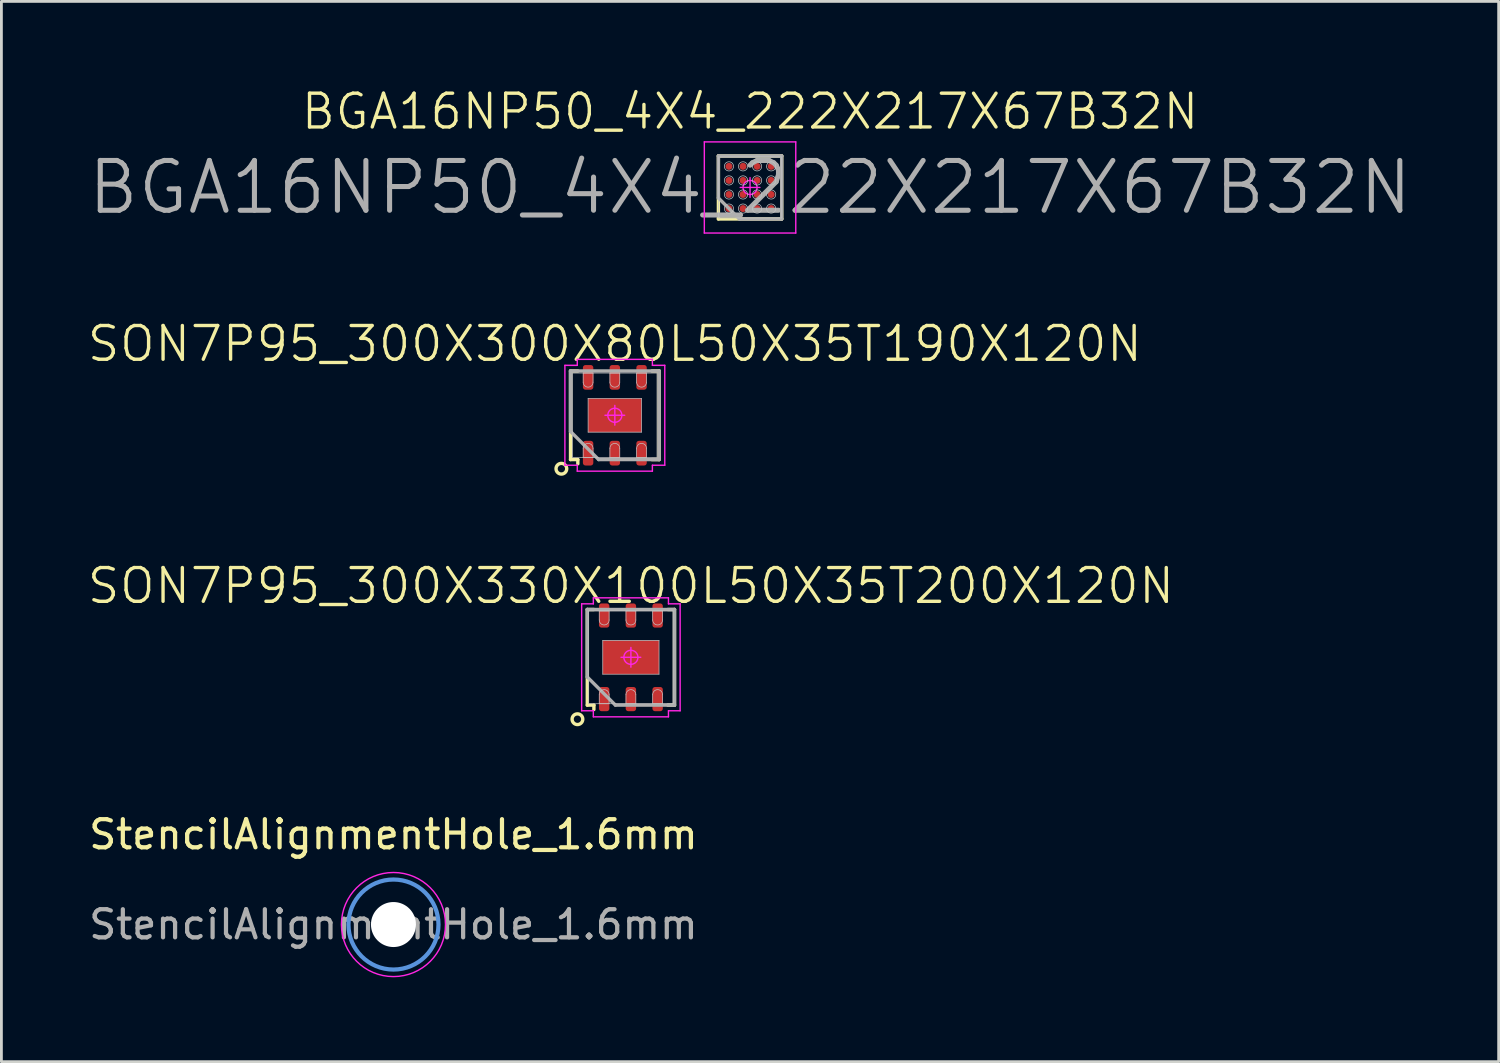
<source format=kicad_pcb>
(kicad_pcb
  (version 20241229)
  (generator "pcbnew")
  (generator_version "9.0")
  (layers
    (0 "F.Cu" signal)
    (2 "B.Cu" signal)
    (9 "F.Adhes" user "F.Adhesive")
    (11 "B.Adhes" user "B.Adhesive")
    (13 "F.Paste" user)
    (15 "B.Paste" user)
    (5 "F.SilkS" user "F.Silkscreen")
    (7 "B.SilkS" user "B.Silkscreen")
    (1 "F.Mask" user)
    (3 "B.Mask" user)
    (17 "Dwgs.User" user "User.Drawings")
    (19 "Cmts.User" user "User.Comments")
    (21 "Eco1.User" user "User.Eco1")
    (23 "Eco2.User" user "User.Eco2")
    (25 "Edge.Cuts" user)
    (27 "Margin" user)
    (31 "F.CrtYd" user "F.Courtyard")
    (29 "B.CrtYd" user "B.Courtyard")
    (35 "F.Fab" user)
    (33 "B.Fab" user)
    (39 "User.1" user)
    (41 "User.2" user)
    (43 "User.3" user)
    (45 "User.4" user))
  (footprint "BGA16NP50_4X4_222X217X67B32N"
    (layer "F.Cu")
    (at 23.609 3.613)
    (property "Reference" "BGA16NP50_4X4_222X217X67B32N" (at 0 -2.7 0) (layer "F.SilkS") (effects (font (size 1.2 1.2) (thickness 0.12))))
    (attr smd)
    (fp_line (start -1.125 -1.12) (end 1.125 -1.12) (stroke (width 0.12) (type solid)) (layer "F.SilkS"))
    (fp_line (start -1.125 1.12) (end -1.125 -1.12) (stroke (width 0.12) (type solid)) (layer "F.SilkS"))
    (fp_line (start 1.125 -1.12) (end 1.125 1.12) (stroke (width 0.12) (type solid)) (layer "F.SilkS"))
    (fp_line (start 1.125 1.12) (end -1.125 1.12) (stroke (width 0.12) (type solid)) (layer "F.SilkS"))
    (fp_line (start -1.113 -1.085) (end 1.113 -1.085) (stroke (width 0.025) (type solid)) (layer "Dwgs.User"))
    (fp_line (start -1.113 1.085) (end -1.113 -1.085) (stroke (width 0.025) (type solid)) (layer "Dwgs.User"))
    (fp_line (start 1.113 -1.085) (end 1.113 1.085) (stroke (width 0.025) (type solid)) (layer "Dwgs.User"))
    (fp_line (start 1.113 1.085) (end -1.113 1.085) (stroke (width 0.025) (type solid)) (layer "Dwgs.User"))
    (fp_circle (center -0.75 -0.75) (end -0.75 -0.587) (stroke (width 0.025) (type solid)) (fill no) (layer "Dwgs.User"))
    (fp_circle (center -0.75 -0.25) (end -0.75 -0.086) (stroke (width 0.025) (type solid)) (fill no) (layer "Dwgs.User"))
    (fp_circle (center -0.75 0.25) (end -0.75 0.413) (stroke (width 0.025) (type solid)) (fill no) (layer "Dwgs.User"))
    (fp_circle (center -0.75 0.75) (end -0.75 0.913) (stroke (width 0.025) (type solid)) (fill no) (layer "Dwgs.User"))
    (fp_circle (center -0.25 -0.75) (end -0.25 -0.587) (stroke (width 0.025) (type solid)) (fill no) (layer "Dwgs.User"))
    (fp_circle (center -0.25 -0.25) (end -0.25 -0.086) (stroke (width 0.025) (type solid)) (fill no) (layer "Dwgs.User"))
    (fp_circle (center -0.25 0.25) (end -0.25 0.413) (stroke (width 0.025) (type solid)) (fill no) (layer "Dwgs.User"))
    (fp_circle (center -0.25 0.75) (end -0.25 0.913) (stroke (width 0.025) (type solid)) (fill no) (layer "Dwgs.User"))
    (fp_circle (center 0.25 -0.75) (end 0.25 -0.587) (stroke (width 0.025) (type solid)) (fill no) (layer "Dwgs.User"))
    (fp_circle (center 0.25 -0.25) (end 0.25 -0.086) (stroke (width 0.025) (type solid)) (fill no) (layer "Dwgs.User"))
    (fp_circle (center 0.25 0.25) (end 0.25 0.413) (stroke (width 0.025) (type solid)) (fill no) (layer "Dwgs.User"))
    (fp_circle (center 0.25 0.75) (end 0.25 0.913) (stroke (width 0.025) (type solid)) (fill no) (layer "Dwgs.User"))
    (fp_circle (center 0.75 -0.75) (end 0.75 -0.587) (stroke (width 0.025) (type solid)) (fill no) (layer "Dwgs.User"))
    (fp_circle (center 0.75 -0.25) (end 0.75 -0.086) (stroke (width 0.025) (type solid)) (fill no) (layer "Dwgs.User"))
    (fp_circle (center 0.75 0.25) (end 0.75 0.413) (stroke (width 0.025) (type solid)) (fill no) (layer "Dwgs.User"))
    (fp_circle (center 0.75 0.75) (end 0.75 0.913) (stroke (width 0.025) (type solid)) (fill no) (layer "Dwgs.User"))
    (fp_line (start -1.625 -1.62) (end -1.625 1.62) (stroke (width 0.05) (type solid)) (layer "F.CrtYd"))
    (fp_line (start -1.625 1.62) (end 1.625 1.62) (stroke (width 0.05) (type solid)) (layer "F.CrtYd"))
    (fp_line (start -0.35 0) (end 0.35 0) (stroke (width 0.05) (type solid)) (layer "F.CrtYd"))
    (fp_line (start 0 -0.35) (end 0 0.35) (stroke (width 0.05) (type solid)) (layer "F.CrtYd"))
    (fp_line (start 1.625 -1.62) (end -1.625 -1.62) (stroke (width 0.05) (type solid)) (layer "F.CrtYd"))
    (fp_line (start 1.625 1.62) (end 1.625 -1.62) (stroke (width 0.05) (type solid)) (layer "F.CrtYd"))
    (fp_circle (center 0 0) (end 0 0.25) (stroke (width 0.05) (type solid)) (fill no) (layer "F.CrtYd"))
    (fp_line (start -1.125 -1.12) (end 1.125 -1.12) (stroke (width 0.12) (type solid)) (layer "F.Fab"))
    (fp_line (start -1.125 0.373) (end -1.125 -1.12) (stroke (width 0.12) (type solid)) (layer "F.Fab"))
    (fp_line (start -0.378 1.12) (end -1.125 0.373) (stroke (width 0.12) (type solid)) (layer "F.Fab"))
    (fp_line (start 1.125 -1.12) (end 1.125 1.12) (stroke (width 0.12) (type solid)) (layer "F.Fab"))
    (fp_line (start 1.125 1.12) (end -0.378 1.12) (stroke (width 0.12) (type solid)) (layer "F.Fab"))
    (fp_text user "${REFERENCE}" (at 0 0 0) (layer "F.Fab") (effects (font (size 1.77 1.77) (thickness 0.18))))
    (pad "A1" smd circle (at -0.75 0.75) (size 0.25 0.25) (layers "F.Cu" "F.Mask" "F.Paste"))
    (pad "A2" smd circle (at -0.75 0.25) (size 0.25 0.25) (layers "F.Cu" "F.Mask" "F.Paste"))
    (pad "A3" smd circle (at -0.75 -0.25) (size 0.25 0.25) (layers "F.Cu" "F.Mask" "F.Paste"))
    (pad "A4" smd circle (at -0.75 -0.75) (size 0.25 0.25) (layers "F.Cu" "F.Mask" "F.Paste"))
    (pad "B1" smd circle (at -0.25 0.75) (size 0.25 0.25) (layers "F.Cu" "F.Mask" "F.Paste"))
    (pad "B2" smd circle (at -0.25 0.25) (size 0.25 0.25) (layers "F.Cu" "F.Mask" "F.Paste"))
    (pad "B3" smd circle (at -0.25 -0.25) (size 0.25 0.25) (layers "F.Cu" "F.Mask" "F.Paste"))
    (pad "B4" smd circle (at -0.25 -0.75) (size 0.25 0.25) (layers "F.Cu" "F.Mask" "F.Paste"))
    (pad "C1" smd circle (at 0.25 0.75) (size 0.25 0.25) (layers "F.Cu" "F.Mask" "F.Paste"))
    (pad "C2" smd circle (at 0.25 0.25) (size 0.25 0.25) (layers "F.Cu" "F.Mask" "F.Paste"))
    (pad "C3" smd circle (at 0.25 -0.25) (size 0.25 0.25) (layers "F.Cu" "F.Mask" "F.Paste"))
    (pad "C4" smd circle (at 0.25 -0.75) (size 0.25 0.25) (layers "F.Cu" "F.Mask" "F.Paste"))
    (pad "D1" smd circle (at 0.75 0.75) (size 0.25 0.25) (layers "F.Cu" "F.Mask" "F.Paste"))
    (pad "D2" smd circle (at 0.75 0.25) (size 0.25 0.25) (layers "F.Cu" "F.Mask" "F.Paste"))
    (pad "D3" smd circle (at 0.75 -0.25) (size 0.25 0.25) (layers "F.Cu" "F.Mask" "F.Paste"))
    (pad "D4" smd circle (at 0.75 -0.75) (size 0.25 0.25) (layers "F.Cu" "F.Mask" "F.Paste")))
  (footprint "StencilAlignmentHole_1.6mm"
    (layer "F.Cu")
    (at 10.935 29.811)
    (property "Reference" "StencilAlignmentHole_1.6mm" (at 0 -3.2 0) (layer "F.SilkS") (effects (font (size 1 1) (thickness 0.15))))
    (attr exclude_from_pos_files exclude_from_bom)
    (fp_circle (center 0 0) (end 1.6 0) (stroke (width 0.15) (type solid)) (fill no) (layer "Cmts.User"))
    (fp_circle (center 0 0) (end 1.85 0) (stroke (width 0.05) (type solid)) (fill no) (layer "F.CrtYd"))
    (fp_text user "${REFERENCE}" (at 0 0 0) (layer "F.Fab") (effects (font (size 1 1) (thickness 0.15))))
    (pad "" np_thru_hole circle (at 0 0) (size 1.6 1.6) (drill 1.6) (layers "*.Cu" "*.Paste" "*.Mask")))
  (footprint "SON7P95_300X300X80L50X35T190X120N"
    (layer "F.Cu")
    (at 18.803 11.71)
    (property "Reference" "SON7P95_300X300X80L50X35T190X120N" (at 0 -2.54 0) (layer "F.SilkS") (effects (font (size 1.2 1.2) (thickness 0.12))))
    (attr smd)
    (fp_line (start -1.575 -1.575) (end -1.315 -1.575) (stroke (width 0.12) (type solid)) (layer "F.SilkS"))
    (fp_line (start -1.575 1.575) (end -1.575 -1.575) (stroke (width 0.12) (type solid)) (layer "F.SilkS"))
    (fp_line (start -1.315 1.575) (end -1.575 1.575) (stroke (width 0.12) (type solid)) (layer "F.SilkS"))
    (fp_line (start -1.315 1.575) (end -1.315 1.725) (stroke (width 0.12) (type solid)) (layer "F.SilkS"))
    (fp_line (start 1.315 1.575) (end 1.575 1.575) (stroke (width 0.12) (type solid)) (layer "F.SilkS"))
    (fp_line (start 1.575 -1.575) (end 1.315 -1.575) (stroke (width 0.12) (type solid)) (layer "F.SilkS"))
    (fp_line (start 1.575 1.575) (end 1.575 -1.575) (stroke (width 0.12) (type solid)) (layer "F.SilkS"))
    (fp_circle (center -1.9 1.9) (end -1.9 2.09) (stroke (width 0.12) (type solid)) (fill no) (layer "F.SilkS"))
    (fp_line (start -1.5 -1.5) (end 1.5 -1.5) (stroke (width 0.025) (type solid)) (layer "Dwgs.User"))
    (fp_line (start -1.5 1.5) (end -1.5 -1.5) (stroke (width 0.025) (type solid)) (layer "Dwgs.User"))
    (fp_line (start -1.125 -1.5) (end -1.125 -1.175) (stroke (width 0.025) (type solid)) (layer "Dwgs.User"))
    (fp_line (start -1.125 1.175) (end -1.125 1.5) (stroke (width 0.025) (type solid)) (layer "Dwgs.User"))
    (fp_line (start -1.125 1.5) (end -0.775 1.5) (stroke (width 0.025) (type solid)) (layer "Dwgs.User"))
    (fp_line (start -0.95 -0.6) (end 0.95 -0.6) (stroke (width 0.025) (type solid)) (layer "Dwgs.User"))
    (fp_line (start -0.95 0.6) (end -0.95 -0.6) (stroke (width 0.025) (type solid)) (layer "Dwgs.User"))
    (fp_line (start -0.775 -1.5) (end -1.125 -1.5) (stroke (width 0.025) (type solid)) (layer "Dwgs.User"))
    (fp_line (start -0.775 -1.175) (end -0.775 -1.5) (stroke (width 0.025) (type solid)) (layer "Dwgs.User"))
    (fp_line (start -0.775 1.5) (end -0.775 1.175) (stroke (width 0.025) (type solid)) (layer "Dwgs.User"))
    (fp_line (start -0.175 -1.5) (end -0.175 -1.175) (stroke (width 0.025) (type solid)) (layer "Dwgs.User"))
    (fp_line (start -0.175 1.175) (end -0.175 1.5) (stroke (width 0.025) (type solid)) (layer "Dwgs.User"))
    (fp_line (start -0.175 1.5) (end 0.175 1.5) (stroke (width 0.025) (type solid)) (layer "Dwgs.User"))
    (fp_line (start 0.175 -1.5) (end -0.175 -1.5) (stroke (width 0.025) (type solid)) (layer "Dwgs.User"))
    (fp_line (start 0.175 -1.175) (end 0.175 -1.5) (stroke (width 0.025) (type solid)) (layer "Dwgs.User"))
    (fp_line (start 0.175 1.5) (end 0.175 1.175) (stroke (width 0.025) (type solid)) (layer "Dwgs.User"))
    (fp_line (start 0.775 -1.5) (end 0.775 -1.175) (stroke (width 0.025) (type solid)) (layer "Dwgs.User"))
    (fp_line (start 0.775 1.175) (end 0.775 1.5) (stroke (width 0.025) (type solid)) (layer "Dwgs.User"))
    (fp_line (start 0.775 1.5) (end 1.125 1.5) (stroke (width 0.025) (type solid)) (layer "Dwgs.User"))
    (fp_line (start 0.95 -0.6) (end 0.95 0.6) (stroke (width 0.025) (type solid)) (layer "Dwgs.User"))
    (fp_line (start 0.95 0.6) (end -0.95 0.6) (stroke (width 0.025) (type solid)) (layer "Dwgs.User"))
    (fp_line (start 1.125 -1.5) (end 0.775 -1.5) (stroke (width 0.025) (type solid)) (layer "Dwgs.User"))
    (fp_line (start 1.125 -1.175) (end 1.125 -1.5) (stroke (width 0.025) (type solid)) (layer "Dwgs.User"))
    (fp_line (start 1.125 1.5) (end 1.125 1.175) (stroke (width 0.025) (type solid)) (layer "Dwgs.User"))
    (fp_line (start 1.5 -1.5) (end 1.5 1.5) (stroke (width 0.025) (type solid)) (layer "Dwgs.User"))
    (fp_line (start 1.5 1.5) (end -1.5 1.5) (stroke (width 0.025) (type solid)) (layer "Dwgs.User"))
    (fp_arc (start -1.125 1.175) (mid -0.95 1) (end -0.775 1.175) (stroke (width 0.025) (type solid)) (layer "Dwgs.User"))
    (fp_arc (start -0.775 -1.175) (mid -0.95 -1) (end -1.125 -1.175) (stroke (width 0.025) (type solid)) (layer "Dwgs.User"))
    (fp_arc (start -0.175 1.175) (mid 0 1) (end 0.175 1.175) (stroke (width 0.025) (type solid)) (layer "Dwgs.User"))
    (fp_arc (start 0.175 -1.175) (mid 0 -1) (end -0.175 -1.175) (stroke (width 0.025) (type solid)) (layer "Dwgs.User"))
    (fp_arc (start 0.775 1.175) (mid 0.95 1) (end 1.125 1.175) (stroke (width 0.025) (type solid)) (layer "Dwgs.User"))
    (fp_arc (start 1.125 -1.175) (mid 0.95 -1) (end 0.775 -1.175) (stroke (width 0.025) (type solid)) (layer "Dwgs.User"))
    (fp_line (start -1.775 -1.775) (end -1.775 1.775) (stroke (width 0.05) (type solid)) (layer "F.CrtYd"))
    (fp_line (start -1.775 1.775) (end -1.335 1.775) (stroke (width 0.05) (type solid)) (layer "F.CrtYd"))
    (fp_line (start -1.335 -1.986) (end -1.335 -1.775) (stroke (width 0.05) (type solid)) (layer "F.CrtYd"))
    (fp_line (start -1.335 -1.775) (end -1.775 -1.775) (stroke (width 0.05) (type solid)) (layer "F.CrtYd"))
    (fp_line (start -1.335 1.775) (end -1.335 1.986) (stroke (width 0.05) (type solid)) (layer "F.CrtYd"))
    (fp_line (start -1.335 1.986) (end 1.335 1.986) (stroke (width 0.05) (type solid)) (layer "F.CrtYd"))
    (fp_line (start -0.35 0) (end 0.35 0) (stroke (width 0.05) (type solid)) (layer "F.CrtYd"))
    (fp_line (start 0 -0.35) (end 0 0.35) (stroke (width 0.05) (type solid)) (layer "F.CrtYd"))
    (fp_line (start 1.335 -1.986) (end -1.335 -1.986) (stroke (width 0.05) (type solid)) (layer "F.CrtYd"))
    (fp_line (start 1.335 -1.775) (end 1.335 -1.986) (stroke (width 0.05) (type solid)) (layer "F.CrtYd"))
    (fp_line (start 1.335 1.775) (end 1.775 1.775) (stroke (width 0.05) (type solid)) (layer "F.CrtYd"))
    (fp_line (start 1.335 1.986) (end 1.335 1.775) (stroke (width 0.05) (type solid)) (layer "F.CrtYd"))
    (fp_line (start 1.775 -1.775) (end 1.335 -1.775) (stroke (width 0.05) (type solid)) (layer "F.CrtYd"))
    (fp_line (start 1.775 1.775) (end 1.775 -1.775) (stroke (width 0.05) (type solid)) (layer "F.CrtYd"))
    (fp_circle (center 0 0) (end 0 0.25) (stroke (width 0.05) (type solid)) (fill no) (layer "F.CrtYd"))
    (fp_line (start -1.575 -1.575) (end 1.575 -1.575) (stroke (width 0.12) (type solid)) (layer "F.Fab"))
    (fp_line (start -1.575 0.575) (end -1.575 -1.575) (stroke (width 0.12) (type solid)) (layer "F.Fab"))
    (fp_line (start -0.575 1.575) (end -1.575 0.575) (stroke (width 0.12) (type solid)) (layer "F.Fab"))
    (fp_line (start 1.575 -1.575) (end 1.575 1.575) (stroke (width 0.12) (type solid)) (layer "F.Fab"))
    (fp_line (start 1.575 1.575) (end -0.575 1.575) (stroke (width 0.12) (type solid)) (layer "F.Fab"))
    (pad "" smd roundrect (at -0.475 0 90) (size 0.848 0.774) (layers "F.Paste") (roundrect_rratio 0.25))
    (pad "" smd roundrect (at 0.475 0 90) (size 0.848 0.774) (layers "F.Paste") (roundrect_rratio 0.25))
    (pad "1" smd roundrect (at -0.95 1.347 90) (size 0.877 0.37) (layers "F.Cu" "F.Mask" "F.Paste") (roundrect_rratio 0.249))
    (pad "2" smd roundrect (at 0 1.347 90) (size 0.877 0.37) (layers "F.Cu" "F.Mask" "F.Paste") (roundrect_rratio 0.249))
    (pad "3" smd roundrect (at 0.95 1.347 90) (size 0.877 0.37) (layers "F.Cu" "F.Mask" "F.Paste") (roundrect_rratio 0.249))
    (pad "4" smd roundrect (at 0.95 -1.347 90) (size 0.877 0.37) (layers "F.Cu" "F.Mask" "F.Paste") (roundrect_rratio 0.249))
    (pad "5" smd roundrect (at 0 -1.347 90) (size 0.877 0.37) (layers "F.Cu" "F.Mask" "F.Paste") (roundrect_rratio 0.249))
    (pad "6" smd roundrect (at -0.95 -1.347 90) (size 0.877 0.37) (layers "F.Cu" "F.Mask" "F.Paste") (roundrect_rratio 0.249))
    (pad "7" smd rect (at 0 0 90) (size 1.2 1.9) (layers "F.Cu" "F.Mask")))
  (footprint "SON7P95_300X330X100L50X35T200X120N"
    (layer "F.Cu")
    (at 19.374 20.313)
    (property "Reference" "SON7P95_300X330X100L50X35T200X120N" (at 0 -2.54 0) (layer "F.SilkS") (effects (font (size 1.2 1.2) (thickness 0.12))))
    (attr smd)
    (fp_line (start -1.55 -1.7) (end -1.315 -1.7) (stroke (width 0.12) (type solid)) (layer "F.SilkS"))
    (fp_line (start -1.55 1.7) (end -1.55 -1.7) (stroke (width 0.12) (type solid)) (layer "F.SilkS"))
    (fp_line (start -1.315 1.7) (end -1.55 1.7) (stroke (width 0.12) (type solid)) (layer "F.SilkS"))
    (fp_line (start -1.315 1.7) (end -1.315 1.855) (stroke (width 0.12) (type solid)) (layer "F.SilkS"))
    (fp_line (start 1.315 1.7) (end 1.55 1.7) (stroke (width 0.12) (type solid)) (layer "F.SilkS"))
    (fp_line (start 1.55 -1.7) (end 1.315 -1.7) (stroke (width 0.12) (type solid)) (layer "F.SilkS"))
    (fp_line (start 1.55 1.7) (end 1.55 -1.7) (stroke (width 0.12) (type solid)) (layer "F.SilkS"))
    (fp_circle (center -1.9 2.2) (end -1.9 2.39) (stroke (width 0.12) (type solid)) (fill no) (layer "F.SilkS"))
    (fp_line (start -1.5 -1.65) (end 1.5 -1.65) (stroke (width 0.025) (type solid)) (layer "Dwgs.User"))
    (fp_line (start -1.5 1.65) (end -1.5 -1.65) (stroke (width 0.025) (type solid)) (layer "Dwgs.User"))
    (fp_line (start -1.125 -1.65) (end -1.125 -1.325) (stroke (width 0.025) (type solid)) (layer "Dwgs.User"))
    (fp_line (start -1.125 1.325) (end -1.125 1.65) (stroke (width 0.025) (type solid)) (layer "Dwgs.User"))
    (fp_line (start -1.125 1.65) (end -0.775 1.65) (stroke (width 0.025) (type solid)) (layer "Dwgs.User"))
    (fp_line (start -1 -0.6) (end 1 -0.6) (stroke (width 0.025) (type solid)) (layer "Dwgs.User"))
    (fp_line (start -1 0.6) (end -1 -0.6) (stroke (width 0.025) (type solid)) (layer "Dwgs.User"))
    (fp_line (start -0.775 -1.65) (end -1.125 -1.65) (stroke (width 0.025) (type solid)) (layer "Dwgs.User"))
    (fp_line (start -0.775 -1.325) (end -0.775 -1.65) (stroke (width 0.025) (type solid)) (layer "Dwgs.User"))
    (fp_line (start -0.775 1.65) (end -0.775 1.325) (stroke (width 0.025) (type solid)) (layer "Dwgs.User"))
    (fp_line (start -0.175 -1.65) (end -0.175 -1.325) (stroke (width 0.025) (type solid)) (layer "Dwgs.User"))
    (fp_line (start -0.175 1.325) (end -0.175 1.65) (stroke (width 0.025) (type solid)) (layer "Dwgs.User"))
    (fp_line (start -0.175 1.65) (end 0.175 1.65) (stroke (width 0.025) (type solid)) (layer "Dwgs.User"))
    (fp_line (start 0.175 -1.65) (end -0.175 -1.65) (stroke (width 0.025) (type solid)) (layer "Dwgs.User"))
    (fp_line (start 0.175 -1.325) (end 0.175 -1.65) (stroke (width 0.025) (type solid)) (layer "Dwgs.User"))
    (fp_line (start 0.175 1.65) (end 0.175 1.325) (stroke (width 0.025) (type solid)) (layer "Dwgs.User"))
    (fp_line (start 0.775 -1.65) (end 0.775 -1.325) (stroke (width 0.025) (type solid)) (layer "Dwgs.User"))
    (fp_line (start 0.775 1.325) (end 0.775 1.65) (stroke (width 0.025) (type solid)) (layer "Dwgs.User"))
    (fp_line (start 0.775 1.65) (end 1.125 1.65) (stroke (width 0.025) (type solid)) (layer "Dwgs.User"))
    (fp_line (start 1 -0.6) (end 1 0.6) (stroke (width 0.025) (type solid)) (layer "Dwgs.User"))
    (fp_line (start 1 0.6) (end -1 0.6) (stroke (width 0.025) (type solid)) (layer "Dwgs.User"))
    (fp_line (start 1.125 -1.65) (end 0.775 -1.65) (stroke (width 0.025) (type solid)) (layer "Dwgs.User"))
    (fp_line (start 1.125 -1.325) (end 1.125 -1.65) (stroke (width 0.025) (type solid)) (layer "Dwgs.User"))
    (fp_line (start 1.125 1.65) (end 1.125 1.325) (stroke (width 0.025) (type solid)) (layer "Dwgs.User"))
    (fp_line (start 1.5 -1.65) (end 1.5 1.65) (stroke (width 0.025) (type solid)) (layer "Dwgs.User"))
    (fp_line (start 1.5 1.65) (end -1.5 1.65) (stroke (width 0.025) (type solid)) (layer "Dwgs.User"))
    (fp_arc (start -1.125 1.325) (mid -0.95 1.15) (end -0.775 1.325) (stroke (width 0.025) (type solid)) (layer "Dwgs.User"))
    (fp_arc (start -0.775 -1.325) (mid -0.95 -1.15) (end -1.125 -1.325) (stroke (width 0.025) (type solid)) (layer "Dwgs.User"))
    (fp_arc (start -0.175 1.325) (mid 0 1.15) (end 0.175 1.325) (stroke (width 0.025) (type solid)) (layer "Dwgs.User"))
    (fp_arc (start 0.175 -1.325) (mid 0 -1.15) (end -0.175 -1.325) (stroke (width 0.025) (type solid)) (layer "Dwgs.User"))
    (fp_arc (start 0.775 1.325) (mid 0.95 1.15) (end 1.125 1.325) (stroke (width 0.025) (type solid)) (layer "Dwgs.User"))
    (fp_arc (start 1.125 -1.325) (mid 0.95 -1.15) (end 0.775 -1.325) (stroke (width 0.025) (type solid)) (layer "Dwgs.User"))
    (fp_line (start -1.75 -1.9) (end -1.75 1.9) (stroke (width 0.05) (type solid)) (layer "F.CrtYd"))
    (fp_line (start -1.75 1.9) (end -1.335 1.9) (stroke (width 0.05) (type solid)) (layer "F.CrtYd"))
    (fp_line (start -1.335 -2.115) (end -1.335 -1.9) (stroke (width 0.05) (type solid)) (layer "F.CrtYd"))
    (fp_line (start -1.335 -1.9) (end -1.75 -1.9) (stroke (width 0.05) (type solid)) (layer "F.CrtYd"))
    (fp_line (start -1.335 1.9) (end -1.335 2.115) (stroke (width 0.05) (type solid)) (layer "F.CrtYd"))
    (fp_line (start -1.335 2.115) (end 1.335 2.115) (stroke (width 0.05) (type solid)) (layer "F.CrtYd"))
    (fp_line (start -0.35 0) (end 0.35 0) (stroke (width 0.05) (type solid)) (layer "F.CrtYd"))
    (fp_line (start 0 -0.35) (end 0 0.35) (stroke (width 0.05) (type solid)) (layer "F.CrtYd"))
    (fp_line (start 1.335 -2.115) (end -1.335 -2.115) (stroke (width 0.05) (type solid)) (layer "F.CrtYd"))
    (fp_line (start 1.335 -1.9) (end 1.335 -2.115) (stroke (width 0.05) (type solid)) (layer "F.CrtYd"))
    (fp_line (start 1.335 1.9) (end 1.75 1.9) (stroke (width 0.05) (type solid)) (layer "F.CrtYd"))
    (fp_line (start 1.335 2.115) (end 1.335 1.9) (stroke (width 0.05) (type solid)) (layer "F.CrtYd"))
    (fp_line (start 1.75 -1.9) (end 1.335 -1.9) (stroke (width 0.05) (type solid)) (layer "F.CrtYd"))
    (fp_line (start 1.75 1.9) (end 1.75 -1.9) (stroke (width 0.05) (type solid)) (layer "F.CrtYd"))
    (fp_circle (center 0 0) (end 0 0.25) (stroke (width 0.05) (type solid)) (fill no) (layer "F.CrtYd"))
    (fp_line (start -1.55 -1.7) (end 1.55 -1.7) (stroke (width 0.12) (type solid)) (layer "F.Fab"))
    (fp_line (start -1.55 0.7) (end -1.55 -1.7) (stroke (width 0.12) (type solid)) (layer "F.Fab"))
    (fp_line (start -0.55 1.7) (end -1.55 0.7) (stroke (width 0.12) (type solid)) (layer "F.Fab"))
    (fp_line (start 1.55 -1.7) (end 1.55 1.7) (stroke (width 0.12) (type solid)) (layer "F.Fab"))
    (fp_line (start 1.55 1.7) (end -0.55 1.7) (stroke (width 0.12) (type solid)) (layer "F.Fab"))
    (pad "" smd roundrect (at -0.5 0 90) (size 0.848 0.824) (layers "F.Paste") (roundrect_rratio 0.25))
    (pad "" smd roundrect (at 0.5 0 90) (size 0.848 0.824) (layers "F.Paste") (roundrect_rratio 0.25))
    (pad "1" smd roundrect (at -0.95 1.485 90) (size 0.86 0.37) (layers "F.Cu" "F.Mask" "F.Paste") (roundrect_rratio 0.249))
    (pad "2" smd roundrect (at 0 1.485 90) (size 0.86 0.37) (layers "F.Cu" "F.Mask" "F.Paste") (roundrect_rratio 0.249))
    (pad "3" smd roundrect (at 0.95 1.485 90) (size 0.86 0.37) (layers "F.Cu" "F.Mask" "F.Paste") (roundrect_rratio 0.249))
    (pad "4" smd roundrect (at 0.95 -1.485 90) (size 0.86 0.37) (layers "F.Cu" "F.Mask" "F.Paste") (roundrect_rratio 0.249))
    (pad "5" smd roundrect (at 0 -1.485 90) (size 0.86 0.37) (layers "F.Cu" "F.Mask" "F.Paste") (roundrect_rratio 0.249))
    (pad "6" smd roundrect (at -0.95 -1.485 90) (size 0.86 0.37) (layers "F.Cu" "F.Mask" "F.Paste") (roundrect_rratio 0.249))
    (pad "7" smd rect (at 0 0 90) (size 1.2 2) (layers "F.Cu" "F.Mask")))
  (gr_rect
    (start -3 -3)
    (end 50.217 34.686)
    (stroke (width 0.1) (type default))
    (fill no)
    (layer "Edge.Cuts")))
</source>
